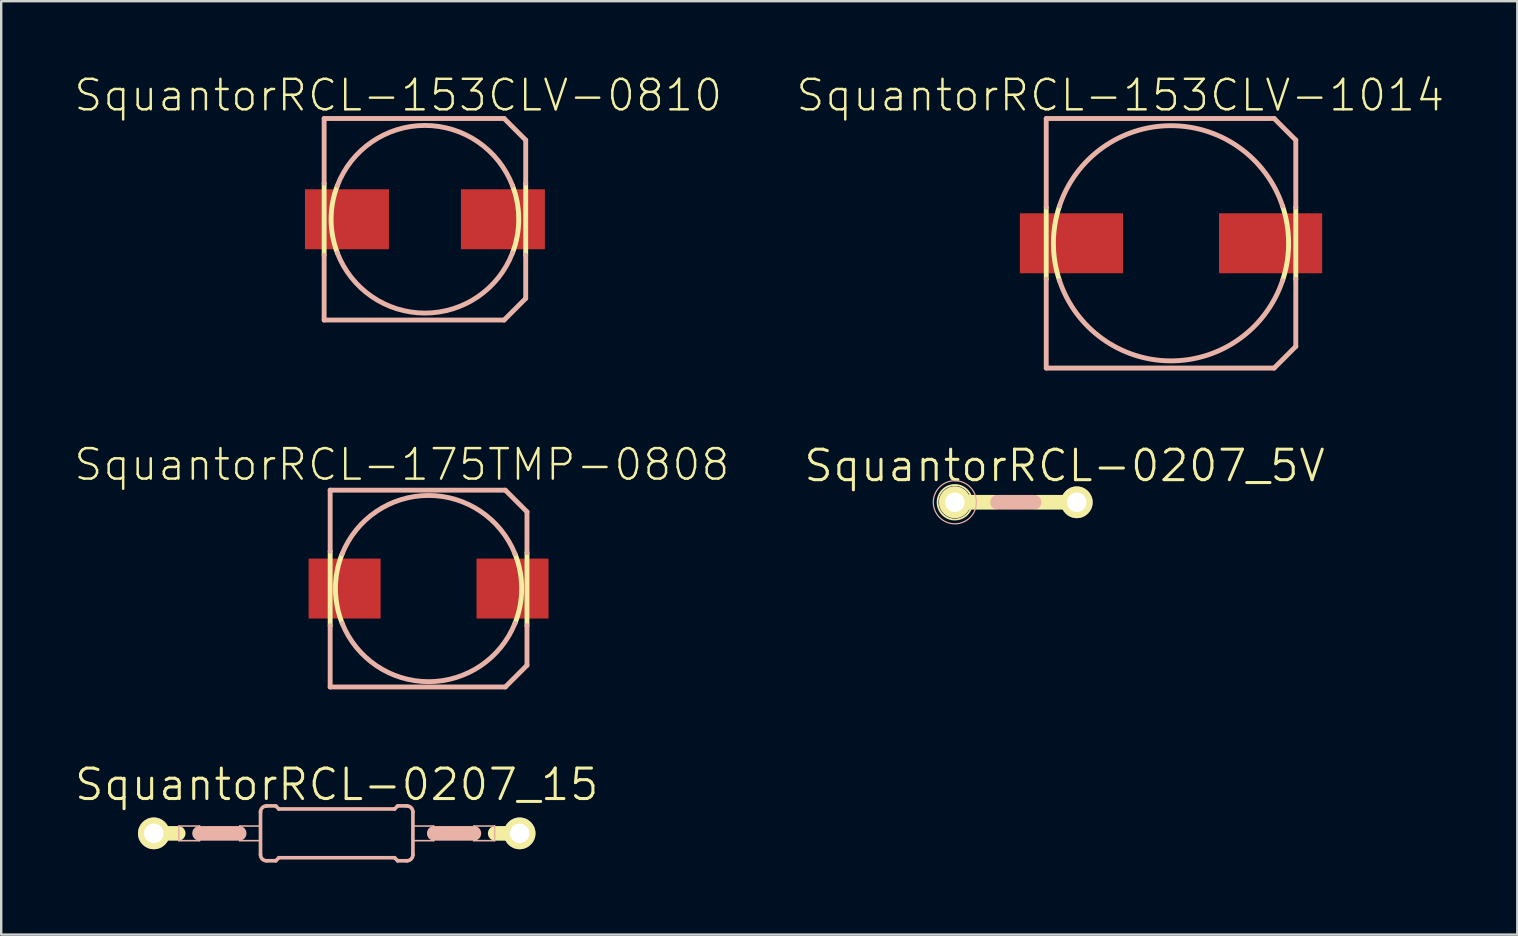
<source format=kicad_pcb>
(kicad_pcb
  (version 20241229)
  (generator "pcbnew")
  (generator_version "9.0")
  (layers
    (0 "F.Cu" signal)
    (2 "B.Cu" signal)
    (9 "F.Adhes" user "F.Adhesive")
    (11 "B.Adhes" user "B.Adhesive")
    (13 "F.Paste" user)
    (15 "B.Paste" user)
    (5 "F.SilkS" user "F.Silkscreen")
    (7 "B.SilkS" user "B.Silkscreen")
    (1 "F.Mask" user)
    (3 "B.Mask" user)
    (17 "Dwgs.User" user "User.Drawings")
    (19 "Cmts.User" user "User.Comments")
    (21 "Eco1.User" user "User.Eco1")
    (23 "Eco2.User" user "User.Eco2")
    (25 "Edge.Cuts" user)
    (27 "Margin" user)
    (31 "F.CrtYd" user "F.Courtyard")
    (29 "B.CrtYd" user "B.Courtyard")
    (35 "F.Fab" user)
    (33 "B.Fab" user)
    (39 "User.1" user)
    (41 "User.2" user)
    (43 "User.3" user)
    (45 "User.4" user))
  (footprint "SquantorRCL-153CLV-0810"
    (layer "F.Cu")
    (at 14.654 6.085)
    (property "Reference" "SquantorRCL-153CLV-0810" (at -1.113 -5.164 0) (layer "F.SilkS") (effects (font (size 1.27 1.27) (thickness 0.102))))
    (attr smd)
    (fp_line (start -4.199 1.499) (end -4.199 -1.499) (stroke (width 0.203) (type solid)) (layer "F.SilkS"))
    (fp_line (start 4.199 -1.499) (end 4.199 1.499) (stroke (width 0.203) (type solid)) (layer "F.SilkS"))
    (fp_arc (start -3.64998 1.39954) (mid -3.9091 0.001959) (end -3.651381 -1.395882) (stroke (width 0.2032) (type solid)) (layer "F.SilkS"))
    (fp_arc (start 3.64998 -1.39954) (mid 3.9091 -0.001959) (end 3.651381 1.395882) (stroke (width 0.2032) (type solid)) (layer "F.SilkS"))
    (fp_line (start -4.199 -4.199) (end 3.299 -4.199) (stroke (width 0.203) (type solid)) (layer "B.SilkS"))
    (fp_line (start -4.199 -1.499) (end -4.199 -4.199) (stroke (width 0.203) (type solid)) (layer "B.SilkS"))
    (fp_line (start -4.199 4.199) (end -4.199 1.499) (stroke (width 0.203) (type solid)) (layer "B.SilkS"))
    (fp_line (start 3.299 -4.199) (end 4.199 -3.299) (stroke (width 0.203) (type solid)) (layer "B.SilkS"))
    (fp_line (start 3.299 4.199) (end -4.199 4.199) (stroke (width 0.203) (type solid)) (layer "B.SilkS"))
    (fp_line (start 4.199 -3.299) (end 4.199 -1.499) (stroke (width 0.203) (type solid)) (layer "B.SilkS"))
    (fp_line (start 4.199 1.499) (end 4.199 3.299) (stroke (width 0.203) (type solid)) (layer "B.SilkS"))
    (fp_line (start 4.199 3.299) (end 3.299 4.199) (stroke (width 0.203) (type solid)) (layer "B.SilkS"))
    (fp_arc (start -3.64998 -1.39954) (mid -0.001452 -3.9091) (end 3.648939 -1.402252) (stroke (width 0.2032) (type solid)) (layer "B.SilkS"))
    (fp_arc (start 3.64998 1.39954) (mid 0.001452 3.9091) (end -3.648939 1.402252) (stroke (width 0.2032) (type solid)) (layer "B.SilkS"))
    (pad "+" smd rect (at 3.249 0) (size 3.498 2.499) (layers "F.Cu" "F.Mask" "F.Paste"))
    (pad "-" smd rect (at -3.249 0) (size 3.498 2.499) (layers "F.Cu" "F.Mask" "F.Paste")))
  (footprint "SquantorRCL-175TMP-0808"
    (layer "F.Cu")
    (at 14.806 21.472)
    (property "Reference" "SquantorRCL-175TMP-0808" (at -1.113 -5.164 0) (layer "F.SilkS") (effects (font (size 1.27 1.27) (thickness 0.102))))
    (attr smd)
    (fp_line (start -4.1 1.549) (end -4.1 -1.549) (stroke (width 0.203) (type solid)) (layer "F.SilkS"))
    (fp_line (start 4.1 -1.499) (end 4.1 1.549) (stroke (width 0.203) (type solid)) (layer "F.SilkS"))
    (fp_arc (start -3.59918 1.4478) (mid -3.879461 0.000871) (end -3.59983 -1.446183) (stroke (width 0.2032) (type solid)) (layer "F.SilkS"))
    (fp_arc (start 3.59918 -1.4478) (mid 3.879461 -0.000871) (end 3.59983 1.446183) (stroke (width 0.2032) (type solid)) (layer "F.SilkS"))
    (fp_line (start -4.1 -4.1) (end 3.198 -4.1) (stroke (width 0.203) (type solid)) (layer "B.SilkS"))
    (fp_line (start -4.1 -1.549) (end -4.1 -4.1) (stroke (width 0.203) (type solid)) (layer "B.SilkS"))
    (fp_line (start -4.1 4.1) (end -4.1 1.549) (stroke (width 0.203) (type solid)) (layer "B.SilkS"))
    (fp_line (start 3.198 -4.1) (end 4.1 -3.198) (stroke (width 0.203) (type solid)) (layer "B.SilkS"))
    (fp_line (start 3.198 4.1) (end -4.1 4.1) (stroke (width 0.203) (type solid)) (layer "B.SilkS"))
    (fp_line (start 4.1 -3.198) (end 4.1 -1.499) (stroke (width 0.203) (type solid)) (layer "B.SilkS"))
    (fp_line (start 4.1 1.549) (end 4.1 3.198) (stroke (width 0.203) (type solid)) (layer "B.SilkS"))
    (fp_line (start 4.1 3.198) (end 3.198 4.1) (stroke (width 0.203) (type solid)) (layer "B.SilkS"))
    (fp_arc (start -3.59918 -1.4478) (mid -0.002514 -3.879461) (end 3.5973 -1.452464) (stroke (width 0.2032) (type solid)) (layer "B.SilkS"))
    (fp_arc (start 3.59918 1.4478) (mid 0.002514 3.879461) (end -3.5973 1.452464) (stroke (width 0.2032) (type solid)) (layer "B.SilkS"))
    (pad "+" smd rect (at 3.498 0) (size 3 2.499) (layers "F.Cu" "F.Mask" "F.Paste"))
    (pad "-" smd rect (at -3.498 0) (size 3 2.499) (layers "F.Cu" "F.Mask" "F.Paste")))
  (footprint "SquantorRCL-0207_5V"
    (layer "F.Cu")
    (at 39.273 17.877)
    (property "Reference" "SquantorRCL-0207_5V" (at 2.032 -1.524 0) (layer "F.SilkS") (effects (font (size 1.27 1.27) (thickness 0.127))))
    (attr exclude_from_pos_files exclude_from_bom)
    (fp_line (start -2.54 0) (end -0.889 0) (stroke (width 0.61) (type solid)) (layer "F.SilkS"))
    (fp_line (start 0.889 0) (end 2.54 0) (stroke (width 0.61) (type solid)) (layer "F.SilkS"))
    (fp_circle (center -2.54 0) (end -3.048 0.508) (stroke (width 0.076) (type solid)) (fill no) (layer "F.SilkS"))
    (fp_line (start -0.762 0) (end 0.762 0) (stroke (width 0.61) (type solid)) (layer "B.SilkS"))
    (fp_circle (center -2.54 0) (end -3.175 0.635) (stroke (width 0.051) (type solid)) (fill no) (layer "B.SilkS"))
    (pad "1" thru_hole circle (at -2.54 0) (size 1.321 1.321) (drill 0.813) (layers "*.Cu" "F.Mask" "F.SilkS" "F.Paste"))
    (pad "2" thru_hole circle (at 2.54 0) (size 1.321 1.321) (drill 0.813) (layers "*.Cu" "F.Mask" "F.SilkS" "F.Paste")))
  (footprint "SquantorRCL-0207_15"
    (layer "F.Cu")
    (at 10.979 31.671)
    (property "Reference" "SquantorRCL-0207_15" (at 0 -2.032 0) (layer "F.SilkS") (effects (font (size 1.27 1.27) (thickness 0.127))))
    (attr exclude_from_pos_files exclude_from_bom)
    (fp_line (start -7.62 0) (end -6.604 0) (stroke (width 0.61) (type solid)) (layer "F.SilkS"))
    (fp_line (start 7.62 0) (end 6.604 0) (stroke (width 0.61) (type solid)) (layer "F.SilkS"))
    (fp_line (start -6.579 -0.305) (end -5.715 -0.305) (stroke (width 0.066) (type solid)) (layer "B.SilkS"))
    (fp_line (start -6.579 0.305) (end -6.579 -0.305) (stroke (width 0.066) (type solid)) (layer "B.SilkS"))
    (fp_line (start -6.579 0.305) (end -5.715 0.305) (stroke (width 0.066) (type solid)) (layer "B.SilkS"))
    (fp_line (start -5.715 0) (end -4.064 0) (stroke (width 0.61) (type solid)) (layer "B.SilkS"))
    (fp_line (start -5.715 0.305) (end -5.715 -0.305) (stroke (width 0.066) (type solid)) (layer "B.SilkS"))
    (fp_line (start -4.039 -0.305) (end -3.175 -0.305) (stroke (width 0.066) (type solid)) (layer "B.SilkS"))
    (fp_line (start -4.039 0.305) (end -4.039 -0.305) (stroke (width 0.066) (type solid)) (layer "B.SilkS"))
    (fp_line (start -4.039 0.305) (end -3.175 0.305) (stroke (width 0.066) (type solid)) (layer "B.SilkS"))
    (fp_line (start -3.175 0.305) (end -3.175 -0.305) (stroke (width 0.066) (type solid)) (layer "B.SilkS"))
    (fp_line (start -3.175 0.889) (end -3.175 -0.889) (stroke (width 0.152) (type solid)) (layer "B.SilkS"))
    (fp_line (start -2.921 -1.143) (end -2.54 -1.143) (stroke (width 0.152) (type solid)) (layer "B.SilkS"))
    (fp_line (start -2.921 1.143) (end -2.54 1.143) (stroke (width 0.152) (type solid)) (layer "B.SilkS"))
    (fp_line (start -2.413 -1.016) (end -2.54 -1.143) (stroke (width 0.152) (type solid)) (layer "B.SilkS"))
    (fp_line (start -2.413 1.016) (end -2.54 1.143) (stroke (width 0.152) (type solid)) (layer "B.SilkS"))
    (fp_line (start 2.413 -1.016) (end -2.413 -1.016) (stroke (width 0.152) (type solid)) (layer "B.SilkS"))
    (fp_line (start 2.413 -1.016) (end 2.54 -1.143) (stroke (width 0.152) (type solid)) (layer "B.SilkS"))
    (fp_line (start 2.413 1.016) (end -2.413 1.016) (stroke (width 0.152) (type solid)) (layer "B.SilkS"))
    (fp_line (start 2.413 1.016) (end 2.54 1.143) (stroke (width 0.152) (type solid)) (layer "B.SilkS"))
    (fp_line (start 2.921 -1.143) (end 2.54 -1.143) (stroke (width 0.152) (type solid)) (layer "B.SilkS"))
    (fp_line (start 2.921 1.143) (end 2.54 1.143) (stroke (width 0.152) (type solid)) (layer "B.SilkS"))
    (fp_line (start 3.175 -0.305) (end 4.039 -0.305) (stroke (width 0.066) (type solid)) (layer "B.SilkS"))
    (fp_line (start 3.175 0.305) (end 3.175 -0.305) (stroke (width 0.066) (type solid)) (layer "B.SilkS"))
    (fp_line (start 3.175 0.305) (end 4.039 0.305) (stroke (width 0.066) (type solid)) (layer "B.SilkS"))
    (fp_line (start 3.175 0.889) (end 3.175 -0.889) (stroke (width 0.152) (type solid)) (layer "B.SilkS"))
    (fp_line (start 4.039 0.305) (end 4.039 -0.305) (stroke (width 0.066) (type solid)) (layer "B.SilkS"))
    (fp_line (start 5.715 -0.305) (end 6.579 -0.305) (stroke (width 0.066) (type solid)) (layer "B.SilkS"))
    (fp_line (start 5.715 0) (end 4.064 0) (stroke (width 0.61) (type solid)) (layer "B.SilkS"))
    (fp_line (start 5.715 0.305) (end 5.715 -0.305) (stroke (width 0.066) (type solid)) (layer "B.SilkS"))
    (fp_line (start 5.715 0.305) (end 6.579 0.305) (stroke (width 0.066) (type solid)) (layer "B.SilkS"))
    (fp_line (start 6.579 0.305) (end 6.579 -0.305) (stroke (width 0.066) (type solid)) (layer "B.SilkS"))
    (fp_arc (start -3.175 -0.889) (mid -3.100605 -1.068605) (end -2.921 -1.143) (stroke (width 0.1524) (type solid)) (layer "B.SilkS"))
    (fp_arc (start -2.921 1.143) (mid -3.100605 1.068605) (end -3.175 0.889) (stroke (width 0.1524) (type solid)) (layer "B.SilkS"))
    (fp_arc (start 2.921 -1.143) (mid 3.100605 -1.068605) (end 3.175 -0.889) (stroke (width 0.1524) (type solid)) (layer "B.SilkS"))
    (fp_arc (start 3.175 0.889) (mid 3.100605 1.068605) (end 2.921 1.143) (stroke (width 0.1524) (type solid)) (layer "B.SilkS"))
    (pad "1" thru_hole circle (at -7.62 0) (size 1.321 1.321) (drill 0.813) (layers "*.Cu" "F.Mask" "F.SilkS" "F.Paste"))
    (pad "2" thru_hole circle (at 7.62 0) (size 1.321 1.321) (drill 0.813) (layers "*.Cu" "F.Mask" "F.SilkS" "F.Paste")))
  (footprint "SquantorRCL-153CLV-1014"
    (layer "F.Cu")
    (at 45.739 7.086)
    (property "Reference" "SquantorRCL-153CLV-1014" (at -2.113 -6.165 0) (layer "F.SilkS") (effects (font (size 1.27 1.27) (thickness 0.102))))
    (attr smd)
    (fp_line (start -5.199 1.499) (end -5.199 -1.499) (stroke (width 0.203) (type solid)) (layer "F.SilkS"))
    (fp_line (start 5.199 -1.499) (end 5.199 1.499) (stroke (width 0.203) (type solid)) (layer "F.SilkS"))
    (fp_arc (start -4.6482 1.5494) (mid -4.899632 0.002989) (end -4.650087 -1.543728) (stroke (width 0.2032) (type solid)) (layer "F.SilkS"))
    (fp_arc (start 4.6482 -1.5494) (mid 4.899632 -0.002989) (end 4.650087 1.543728) (stroke (width 0.2032) (type solid)) (layer "F.SilkS"))
    (fp_line (start -5.199 -5.199) (end 4.298 -5.199) (stroke (width 0.203) (type solid)) (layer "B.SilkS"))
    (fp_line (start -5.199 -1.499) (end -5.199 -5.199) (stroke (width 0.203) (type solid)) (layer "B.SilkS"))
    (fp_line (start -5.199 5.199) (end -5.199 1.499) (stroke (width 0.203) (type solid)) (layer "B.SilkS"))
    (fp_line (start 4.298 -5.199) (end 5.199 -4.298) (stroke (width 0.203) (type solid)) (layer "B.SilkS"))
    (fp_line (start 4.298 5.199) (end -5.199 5.199) (stroke (width 0.203) (type solid)) (layer "B.SilkS"))
    (fp_line (start 5.199 -4.298) (end 5.199 -1.499) (stroke (width 0.203) (type solid)) (layer "B.SilkS"))
    (fp_line (start 5.199 1.499) (end 5.199 4.298) (stroke (width 0.203) (type solid)) (layer "B.SilkS"))
    (fp_line (start 5.199 4.298) (end 4.298 5.199) (stroke (width 0.203) (type solid)) (layer "B.SilkS"))
    (fp_arc (start -4.6482 -1.5494) (mid -0.001287 -4.899633) (end 4.647385 -1.551842) (stroke (width 0.2032) (type solid)) (layer "B.SilkS"))
    (fp_arc (start 4.6482 1.5494) (mid 0.001287 4.899633) (end -4.647385 1.551842) (stroke (width 0.2032) (type solid)) (layer "B.SilkS"))
    (pad "+" smd rect (at 4.148 0) (size 4.298 2.499) (layers "F.Cu" "F.Mask" "F.Paste"))
    (pad "-" smd rect (at -4.148 0) (size 4.298 2.499) (layers "F.Cu" "F.Mask" "F.Paste")))
  (gr_rect
    (start -3 -3)
    (end 60.167 35.89)
    (stroke (width 0.1) (type default))
    (fill no)
    (layer "Edge.Cuts")))
</source>
